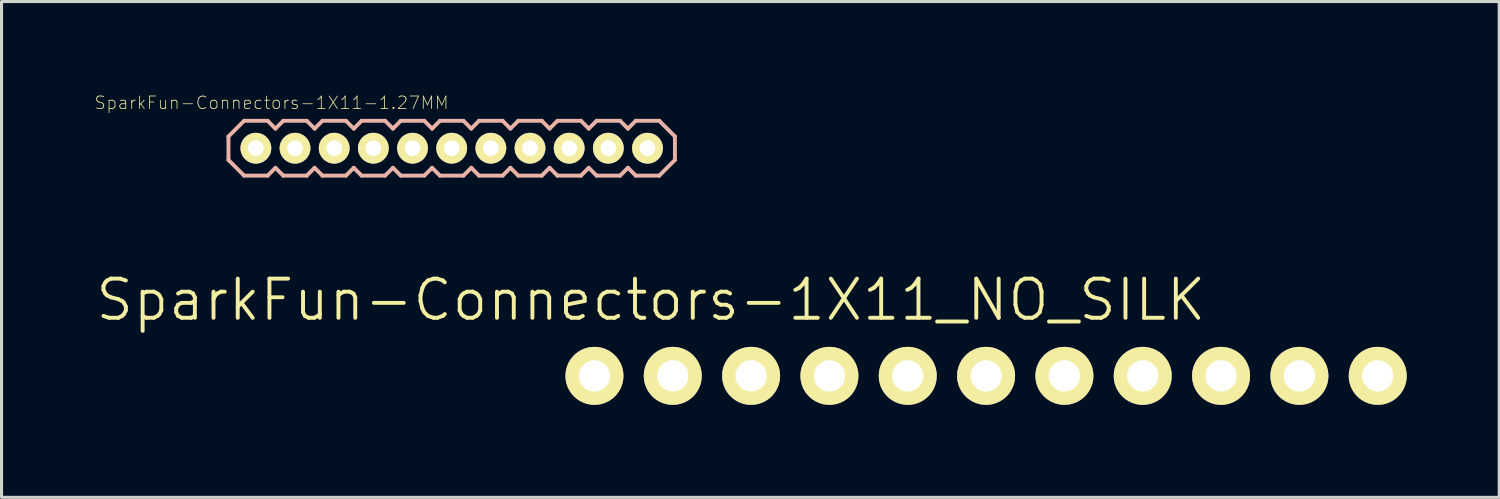
<source format=kicad_pcb>
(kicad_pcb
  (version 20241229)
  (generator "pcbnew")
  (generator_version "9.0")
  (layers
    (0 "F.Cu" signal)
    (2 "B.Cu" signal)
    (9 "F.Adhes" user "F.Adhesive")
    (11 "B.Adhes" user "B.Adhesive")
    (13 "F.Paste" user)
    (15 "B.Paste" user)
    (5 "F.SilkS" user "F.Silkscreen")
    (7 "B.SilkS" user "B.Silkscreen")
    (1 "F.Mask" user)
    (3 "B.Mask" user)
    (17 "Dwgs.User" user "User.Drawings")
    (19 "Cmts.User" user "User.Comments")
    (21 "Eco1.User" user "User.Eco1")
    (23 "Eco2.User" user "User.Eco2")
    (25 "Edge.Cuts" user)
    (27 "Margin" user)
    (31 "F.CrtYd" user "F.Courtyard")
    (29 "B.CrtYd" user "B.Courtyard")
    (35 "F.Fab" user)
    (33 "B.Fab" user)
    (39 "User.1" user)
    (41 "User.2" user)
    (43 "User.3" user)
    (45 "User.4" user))
  (footprint "SparkFun-Connectors-1X11-1.27MM"
    (layer "F.Cu")
    (at 5.247 1.756)
    (property "Reference" "SparkFun-Connectors-1X11-1.27MM" (at 0.508 -1.473 0) (layer "F.SilkS") (effects (font (size 0.406 0.406) (thickness 0.025))))
    (attr exclude_from_pos_files exclude_from_bom)
    (fp_line (start -0.889 -0.381) (end -0.889 0.381) (stroke (width 0.127) (type solid)) (layer "B.SilkS"))
    (fp_line (start -0.889 0.381) (end -0.381 0.889) (stroke (width 0.127) (type solid)) (layer "B.SilkS"))
    (fp_line (start -0.381 -0.889) (end -0.889 -0.381) (stroke (width 0.127) (type solid)) (layer "B.SilkS"))
    (fp_line (start -0.381 0.889) (end 0.381 0.889) (stroke (width 0.127) (type solid)) (layer "B.SilkS"))
    (fp_line (start 0.381 -0.889) (end -0.381 -0.889) (stroke (width 0.127) (type solid)) (layer "B.SilkS"))
    (fp_line (start 0.381 0.889) (end 0.635 0.635) (stroke (width 0.127) (type solid)) (layer "B.SilkS"))
    (fp_line (start 0.635 -0.635) (end 0.381 -0.889) (stroke (width 0.127) (type solid)) (layer "B.SilkS"))
    (fp_line (start 0.635 0.635) (end 0.889 0.889) (stroke (width 0.127) (type solid)) (layer "B.SilkS"))
    (fp_line (start 0.889 -0.889) (end 0.635 -0.635) (stroke (width 0.127) (type solid)) (layer "B.SilkS"))
    (fp_line (start 0.889 0.889) (end 1.651 0.889) (stroke (width 0.127) (type solid)) (layer "B.SilkS"))
    (fp_line (start 1.651 -0.889) (end 0.889 -0.889) (stroke (width 0.127) (type solid)) (layer "B.SilkS"))
    (fp_line (start 1.651 0.889) (end 1.905 0.635) (stroke (width 0.127) (type solid)) (layer "B.SilkS"))
    (fp_line (start 1.905 -0.635) (end 1.651 -0.889) (stroke (width 0.127) (type solid)) (layer "B.SilkS"))
    (fp_line (start 1.905 0.635) (end 2.159 0.889) (stroke (width 0.127) (type solid)) (layer "B.SilkS"))
    (fp_line (start 2.159 -0.889) (end 1.905 -0.635) (stroke (width 0.127) (type solid)) (layer "B.SilkS"))
    (fp_line (start 2.159 0.889) (end 2.921 0.889) (stroke (width 0.127) (type solid)) (layer "B.SilkS"))
    (fp_line (start 2.921 -0.889) (end 2.159 -0.889) (stroke (width 0.127) (type solid)) (layer "B.SilkS"))
    (fp_line (start 2.921 0.889) (end 3.175 0.635) (stroke (width 0.127) (type solid)) (layer "B.SilkS"))
    (fp_line (start 3.175 -0.635) (end 2.921 -0.889) (stroke (width 0.127) (type solid)) (layer "B.SilkS"))
    (fp_line (start 3.175 0.635) (end 3.429 0.889) (stroke (width 0.127) (type solid)) (layer "B.SilkS"))
    (fp_line (start 3.429 -0.889) (end 3.175 -0.635) (stroke (width 0.127) (type solid)) (layer "B.SilkS"))
    (fp_line (start 3.429 0.889) (end 4.191 0.889) (stroke (width 0.127) (type solid)) (layer "B.SilkS"))
    (fp_line (start 4.191 -0.889) (end 3.429 -0.889) (stroke (width 0.127) (type solid)) (layer "B.SilkS"))
    (fp_line (start 4.191 0.889) (end 4.445 0.635) (stroke (width 0.127) (type solid)) (layer "B.SilkS"))
    (fp_line (start 4.445 -0.635) (end 4.191 -0.889) (stroke (width 0.127) (type solid)) (layer "B.SilkS"))
    (fp_line (start 4.445 0.635) (end 4.699 0.889) (stroke (width 0.127) (type solid)) (layer "B.SilkS"))
    (fp_line (start 4.699 -0.889) (end 4.445 -0.635) (stroke (width 0.127) (type solid)) (layer "B.SilkS"))
    (fp_line (start 4.699 0.889) (end 5.461 0.889) (stroke (width 0.127) (type solid)) (layer "B.SilkS"))
    (fp_line (start 5.461 -0.889) (end 4.699 -0.889) (stroke (width 0.127) (type solid)) (layer "B.SilkS"))
    (fp_line (start 5.461 0.889) (end 5.715 0.635) (stroke (width 0.127) (type solid)) (layer "B.SilkS"))
    (fp_line (start 5.715 -0.635) (end 5.461 -0.889) (stroke (width 0.127) (type solid)) (layer "B.SilkS"))
    (fp_line (start 5.715 0.635) (end 5.969 0.889) (stroke (width 0.127) (type solid)) (layer "B.SilkS"))
    (fp_line (start 5.969 -0.889) (end 5.715 -0.635) (stroke (width 0.127) (type solid)) (layer "B.SilkS"))
    (fp_line (start 5.969 0.889) (end 6.731 0.889) (stroke (width 0.127) (type solid)) (layer "B.SilkS"))
    (fp_line (start 6.731 -0.889) (end 5.969 -0.889) (stroke (width 0.127) (type solid)) (layer "B.SilkS"))
    (fp_line (start 6.731 0.889) (end 6.985 0.635) (stroke (width 0.127) (type solid)) (layer "B.SilkS"))
    (fp_line (start 6.985 -0.635) (end 6.731 -0.889) (stroke (width 0.127) (type solid)) (layer "B.SilkS"))
    (fp_line (start 6.985 0.635) (end 7.236 0.889) (stroke (width 0.127) (type solid)) (layer "B.SilkS"))
    (fp_line (start 7.236 -0.889) (end 6.985 -0.635) (stroke (width 0.127) (type solid)) (layer "B.SilkS"))
    (fp_line (start 7.236 0.889) (end 8.001 0.889) (stroke (width 0.127) (type solid)) (layer "B.SilkS"))
    (fp_line (start 8.001 -0.889) (end 7.236 -0.889) (stroke (width 0.127) (type solid)) (layer "B.SilkS"))
    (fp_line (start 8.001 0.889) (end 8.255 0.635) (stroke (width 0.127) (type solid)) (layer "B.SilkS"))
    (fp_line (start 8.255 -0.635) (end 8.001 -0.889) (stroke (width 0.127) (type solid)) (layer "B.SilkS"))
    (fp_line (start 8.255 0.635) (end 8.509 0.889) (stroke (width 0.127) (type solid)) (layer "B.SilkS"))
    (fp_line (start 8.509 -0.889) (end 8.255 -0.635) (stroke (width 0.127) (type solid)) (layer "B.SilkS"))
    (fp_line (start 8.509 0.889) (end 9.271 0.889) (stroke (width 0.127) (type solid)) (layer "B.SilkS"))
    (fp_line (start 9.271 -0.889) (end 8.509 -0.889) (stroke (width 0.127) (type solid)) (layer "B.SilkS"))
    (fp_line (start 9.271 0.889) (end 9.525 0.635) (stroke (width 0.127) (type solid)) (layer "B.SilkS"))
    (fp_line (start 9.525 -0.635) (end 9.271 -0.889) (stroke (width 0.127) (type solid)) (layer "B.SilkS"))
    (fp_line (start 9.525 0.635) (end 9.779 0.889) (stroke (width 0.127) (type solid)) (layer "B.SilkS"))
    (fp_line (start 9.779 -0.889) (end 9.525 -0.635) (stroke (width 0.127) (type solid)) (layer "B.SilkS"))
    (fp_line (start 9.779 0.889) (end 10.541 0.889) (stroke (width 0.127) (type solid)) (layer "B.SilkS"))
    (fp_line (start 10.541 -0.889) (end 9.779 -0.889) (stroke (width 0.127) (type solid)) (layer "B.SilkS"))
    (fp_line (start 10.541 0.889) (end 10.795 0.635) (stroke (width 0.127) (type solid)) (layer "B.SilkS"))
    (fp_line (start 10.795 -0.635) (end 10.541 -0.889) (stroke (width 0.127) (type solid)) (layer "B.SilkS"))
    (fp_line (start 10.795 0.635) (end 11.049 0.889) (stroke (width 0.127) (type solid)) (layer "B.SilkS"))
    (fp_line (start 11.049 -0.889) (end 10.795 -0.635) (stroke (width 0.127) (type solid)) (layer "B.SilkS"))
    (fp_line (start 11.049 0.889) (end 11.811 0.889) (stroke (width 0.127) (type solid)) (layer "B.SilkS"))
    (fp_line (start 11.811 -0.889) (end 11.049 -0.889) (stroke (width 0.127) (type solid)) (layer "B.SilkS"))
    (fp_line (start 11.811 0.889) (end 12.065 0.635) (stroke (width 0.127) (type solid)) (layer "B.SilkS"))
    (fp_line (start 12.065 -0.635) (end 11.811 -0.889) (stroke (width 0.127) (type solid)) (layer "B.SilkS"))
    (fp_line (start 12.065 0.635) (end 12.319 0.889) (stroke (width 0.127) (type solid)) (layer "B.SilkS"))
    (fp_line (start 12.319 -0.889) (end 12.065 -0.635) (stroke (width 0.127) (type solid)) (layer "B.SilkS"))
    (fp_line (start 12.319 0.889) (end 13.081 0.889) (stroke (width 0.127) (type solid)) (layer "B.SilkS"))
    (fp_line (start 13.081 -0.889) (end 12.319 -0.889) (stroke (width 0.127) (type solid)) (layer "B.SilkS"))
    (fp_line (start 13.081 0.889) (end 13.589 0.381) (stroke (width 0.127) (type solid)) (layer "B.SilkS"))
    (fp_line (start 13.589 -0.381) (end 13.081 -0.889) (stroke (width 0.127) (type solid)) (layer "B.SilkS"))
    (fp_line (start 13.589 0.381) (end 13.589 -0.381) (stroke (width 0.127) (type solid)) (layer "B.SilkS"))
    (pad "1" thru_hole circle (at 0 0) (size 0.998 0.998) (drill 0.508) (layers "*.Cu" "F.Mask" "F.SilkS" "F.Paste"))
    (pad "2" thru_hole circle (at 1.27 0) (size 0.998 0.998) (drill 0.508) (layers "*.Cu" "F.Mask" "F.SilkS" "F.Paste"))
    (pad "3" thru_hole circle (at 2.54 0) (size 0.998 0.998) (drill 0.508) (layers "*.Cu" "F.Mask" "F.SilkS" "F.Paste"))
    (pad "4" thru_hole circle (at 3.81 0) (size 0.998 0.998) (drill 0.508) (layers "*.Cu" "F.Mask" "F.SilkS" "F.Paste"))
    (pad "5" thru_hole circle (at 5.08 0) (size 0.998 0.998) (drill 0.508) (layers "*.Cu" "F.Mask" "F.SilkS" "F.Paste"))
    (pad "6" thru_hole circle (at 6.35 0) (size 0.998 0.998) (drill 0.508) (layers "*.Cu" "F.Mask" "F.SilkS" "F.Paste"))
    (pad "7" thru_hole circle (at 7.62 0) (size 0.998 0.998) (drill 0.508) (layers "*.Cu" "F.Mask" "F.SilkS" "F.Paste"))
    (pad "8" thru_hole circle (at 8.89 0) (size 0.998 0.998) (drill 0.508) (layers "*.Cu" "F.Mask" "F.SilkS" "F.Paste"))
    (pad "9" thru_hole circle (at 10.16 0) (size 0.998 0.998) (drill 0.508) (layers "*.Cu" "F.Mask" "F.SilkS" "F.Paste"))
    (pad "10" thru_hole circle (at 11.43 0) (size 0.998 0.998) (drill 0.508) (layers "*.Cu" "F.Mask" "F.SilkS" "F.Paste"))
    (pad "11" thru_hole circle (at 12.7 0) (size 0.998 0.998) (drill 0.508) (layers "*.Cu" "F.Mask" "F.SilkS" "F.Paste")))
  (footprint "SparkFun-Connectors-1X11_NO_SILK"
    (layer "F.Cu")
    (at 16.226 9.138)
    (property "Reference" "SparkFun-Connectors-1X11_NO_SILK" (at 1.829 -2.464 0) (layer "F.SilkS") (effects (font (size 1.27 1.27) (thickness 0.127))))
    (attr exclude_from_pos_files exclude_from_bom)
    (fp_line (start -0.254 -0.254) (end 0.254 -0.254) (stroke (width 0.066) (type solid)) (layer "F.SilkS"))
    (fp_line (start -0.254 0.254) (end -0.254 -0.254) (stroke (width 0.066) (type solid)) (layer "F.SilkS"))
    (fp_line (start -0.254 0.254) (end 0.254 0.254) (stroke (width 0.066) (type solid)) (layer "F.SilkS"))
    (fp_line (start 0.254 0.254) (end 0.254 -0.254) (stroke (width 0.066) (type solid)) (layer "F.SilkS"))
    (fp_line (start 2.286 -0.254) (end 2.794 -0.254) (stroke (width 0.066) (type solid)) (layer "F.SilkS"))
    (fp_line (start 2.286 0.254) (end 2.286 -0.254) (stroke (width 0.066) (type solid)) (layer "F.SilkS"))
    (fp_line (start 2.286 0.254) (end 2.794 0.254) (stroke (width 0.066) (type solid)) (layer "F.SilkS"))
    (fp_line (start 2.794 0.254) (end 2.794 -0.254) (stroke (width 0.066) (type solid)) (layer "F.SilkS"))
    (fp_line (start 4.826 -0.254) (end 5.334 -0.254) (stroke (width 0.066) (type solid)) (layer "F.SilkS"))
    (fp_line (start 4.826 0.254) (end 4.826 -0.254) (stroke (width 0.066) (type solid)) (layer "F.SilkS"))
    (fp_line (start 4.826 0.254) (end 5.334 0.254) (stroke (width 0.066) (type solid)) (layer "F.SilkS"))
    (fp_line (start 5.334 0.254) (end 5.334 -0.254) (stroke (width 0.066) (type solid)) (layer "F.SilkS"))
    (fp_line (start 7.366 -0.254) (end 7.874 -0.254) (stroke (width 0.066) (type solid)) (layer "F.SilkS"))
    (fp_line (start 7.366 0.254) (end 7.366 -0.254) (stroke (width 0.066) (type solid)) (layer "F.SilkS"))
    (fp_line (start 7.366 0.254) (end 7.874 0.254) (stroke (width 0.066) (type solid)) (layer "F.SilkS"))
    (fp_line (start 7.874 0.254) (end 7.874 -0.254) (stroke (width 0.066) (type solid)) (layer "F.SilkS"))
    (fp_line (start 9.906 -0.254) (end 10.414 -0.254) (stroke (width 0.066) (type solid)) (layer "F.SilkS"))
    (fp_line (start 9.906 0.254) (end 9.906 -0.254) (stroke (width 0.066) (type solid)) (layer "F.SilkS"))
    (fp_line (start 9.906 0.254) (end 10.414 0.254) (stroke (width 0.066) (type solid)) (layer "F.SilkS"))
    (fp_line (start 10.414 0.254) (end 10.414 -0.254) (stroke (width 0.066) (type solid)) (layer "F.SilkS"))
    (fp_line (start 12.446 -0.254) (end 12.954 -0.254) (stroke (width 0.066) (type solid)) (layer "F.SilkS"))
    (fp_line (start 12.446 0.254) (end 12.446 -0.254) (stroke (width 0.066) (type solid)) (layer "F.SilkS"))
    (fp_line (start 12.446 0.254) (end 12.954 0.254) (stroke (width 0.066) (type solid)) (layer "F.SilkS"))
    (fp_line (start 12.954 0.254) (end 12.954 -0.254) (stroke (width 0.066) (type solid)) (layer "F.SilkS"))
    (fp_line (start 14.986 -0.254) (end 15.494 -0.254) (stroke (width 0.066) (type solid)) (layer "F.SilkS"))
    (fp_line (start 14.986 0.254) (end 14.986 -0.254) (stroke (width 0.066) (type solid)) (layer "F.SilkS"))
    (fp_line (start 14.986 0.254) (end 15.494 0.254) (stroke (width 0.066) (type solid)) (layer "F.SilkS"))
    (fp_line (start 15.494 0.254) (end 15.494 -0.254) (stroke (width 0.066) (type solid)) (layer "F.SilkS"))
    (fp_line (start 17.523 -0.254) (end 18.034 -0.254) (stroke (width 0.066) (type solid)) (layer "F.SilkS"))
    (fp_line (start 17.523 0.254) (end 17.523 -0.254) (stroke (width 0.066) (type solid)) (layer "F.SilkS"))
    (fp_line (start 17.523 0.254) (end 18.034 0.254) (stroke (width 0.066) (type solid)) (layer "F.SilkS"))
    (fp_line (start 18.034 0.254) (end 18.034 -0.254) (stroke (width 0.066) (type solid)) (layer "F.SilkS"))
    (fp_line (start 20.066 -0.254) (end 20.574 -0.254) (stroke (width 0.066) (type solid)) (layer "F.SilkS"))
    (fp_line (start 20.066 0.254) (end 20.066 -0.254) (stroke (width 0.066) (type solid)) (layer "F.SilkS"))
    (fp_line (start 20.066 0.254) (end 20.574 0.254) (stroke (width 0.066) (type solid)) (layer "F.SilkS"))
    (fp_line (start 20.574 0.254) (end 20.574 -0.254) (stroke (width 0.066) (type solid)) (layer "F.SilkS"))
    (fp_line (start 22.606 -0.254) (end 23.114 -0.254) (stroke (width 0.066) (type solid)) (layer "F.SilkS"))
    (fp_line (start 22.606 0.254) (end 22.606 -0.254) (stroke (width 0.066) (type solid)) (layer "F.SilkS"))
    (fp_line (start 22.606 0.254) (end 23.114 0.254) (stroke (width 0.066) (type solid)) (layer "F.SilkS"))
    (fp_line (start 23.114 0.254) (end 23.114 -0.254) (stroke (width 0.066) (type solid)) (layer "F.SilkS"))
    (fp_line (start 25.146 -0.254) (end 25.654 -0.254) (stroke (width 0.066) (type solid)) (layer "F.SilkS"))
    (fp_line (start 25.146 0.254) (end 25.146 -0.254) (stroke (width 0.066) (type solid)) (layer "F.SilkS"))
    (fp_line (start 25.146 0.254) (end 25.654 0.254) (stroke (width 0.066) (type solid)) (layer "F.SilkS"))
    (fp_line (start 25.654 0.254) (end 25.654 -0.254) (stroke (width 0.066) (type solid)) (layer "F.SilkS"))
    (pad "1" thru_hole circle (at 0 0) (size 1.88 1.88) (drill 1.016) (layers "*.Cu" "F.Mask" "F.SilkS" "F.Paste"))
    (pad "2" thru_hole circle (at 2.54 0) (size 1.88 1.88) (drill 1.016) (layers "*.Cu" "F.Mask" "F.SilkS" "F.Paste"))
    (pad "3" thru_hole circle (at 5.08 0) (size 1.88 1.88) (drill 1.016) (layers "*.Cu" "F.Mask" "F.SilkS" "F.Paste"))
    (pad "4" thru_hole circle (at 7.62 0) (size 1.88 1.88) (drill 1.016) (layers "*.Cu" "F.Mask" "F.SilkS" "F.Paste"))
    (pad "5" thru_hole circle (at 10.16 0) (size 1.88 1.88) (drill 1.016) (layers "*.Cu" "F.Mask" "F.SilkS" "F.Paste"))
    (pad "6" thru_hole circle (at 12.7 0) (size 1.88 1.88) (drill 1.016) (layers "*.Cu" "F.Mask" "F.SilkS" "F.Paste"))
    (pad "7" thru_hole circle (at 15.24 0) (size 1.88 1.88) (drill 1.016) (layers "*.Cu" "F.Mask" "F.SilkS" "F.Paste"))
    (pad "8" thru_hole circle (at 17.78 0) (size 1.88 1.88) (drill 1.016) (layers "*.Cu" "F.Mask" "F.SilkS" "F.Paste"))
    (pad "9" thru_hole circle (at 20.32 0) (size 1.88 1.88) (drill 1.016) (layers "*.Cu" "F.Mask" "F.SilkS" "F.Paste"))
    (pad "10" thru_hole circle (at 22.86 0) (size 1.88 1.88) (drill 1.016) (layers "*.Cu" "F.Mask" "F.SilkS" "F.Paste"))
    (pad "11" thru_hole circle (at 25.4 0) (size 1.88 1.88) (drill 1.016) (layers "*.Cu" "F.Mask" "F.SilkS" "F.Paste")))
  (gr_rect
    (start -3 -3)
    (end 45.566 13.077)
    (stroke (width 0.1) (type default))
    (fill no)
    (layer "Edge.Cuts")))
</source>
